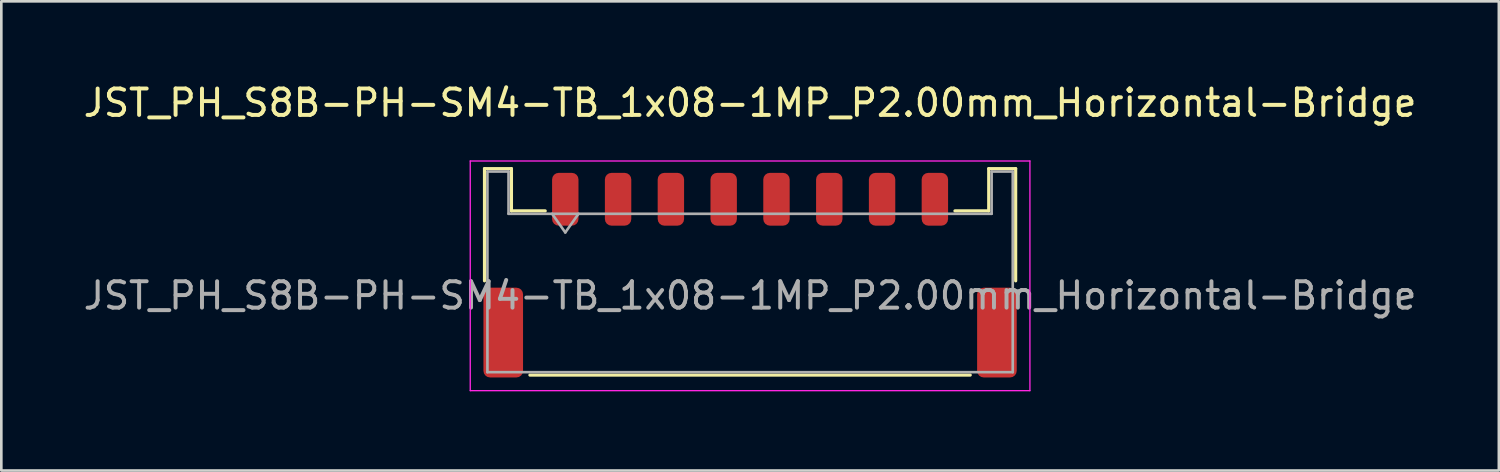
<source format=kicad_pcb>
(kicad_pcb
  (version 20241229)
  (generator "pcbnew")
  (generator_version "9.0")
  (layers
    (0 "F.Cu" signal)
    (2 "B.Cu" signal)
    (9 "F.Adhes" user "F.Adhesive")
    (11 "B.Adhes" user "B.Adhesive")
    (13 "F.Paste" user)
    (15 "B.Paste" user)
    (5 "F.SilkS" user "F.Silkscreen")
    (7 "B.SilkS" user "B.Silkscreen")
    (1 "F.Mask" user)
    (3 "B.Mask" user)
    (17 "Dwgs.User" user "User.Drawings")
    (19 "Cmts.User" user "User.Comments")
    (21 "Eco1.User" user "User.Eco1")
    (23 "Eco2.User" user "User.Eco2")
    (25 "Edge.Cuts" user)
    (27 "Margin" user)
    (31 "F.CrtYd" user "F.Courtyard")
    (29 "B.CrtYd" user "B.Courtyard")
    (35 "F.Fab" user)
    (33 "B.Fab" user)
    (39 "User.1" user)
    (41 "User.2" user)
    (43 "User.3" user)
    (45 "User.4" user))
  (footprint "JST_PH_S8B-PH-SM4-TB_1x08-1MP_P2.00mm_Horizontal-Bridge"
    (layer "F.Cu")
    (at 25.363 7.398)
    (property "Reference" "JST_PH_S8B-PH-SM4-TB_1x08-1MP_P2.00mm_Horizontal-Bridge" (at 0 -6.55 0) (layer "F.SilkS") (effects (font (size 1 1) (thickness 0.15))))
    (attr smd)
    (fp_line (start -10.06 -4.06) (end -9.04 -4.06) (stroke (width 0.12) (type solid)) (layer "F.SilkS"))
    (fp_line (start -10.06 0.19) (end -10.06 -4.06) (stroke (width 0.12) (type solid)) (layer "F.SilkS"))
    (fp_line (start -9.04 -4.06) (end -9.04 -2.46) (stroke (width 0.12) (type solid)) (layer "F.SilkS"))
    (fp_line (start -9.04 -2.46) (end -7.76 -2.46) (stroke (width 0.12) (type solid)) (layer "F.SilkS"))
    (fp_line (start -8.34 3.76) (end 8.34 3.76) (stroke (width 0.12) (type solid)) (layer "F.SilkS"))
    (fp_line (start 9.04 -4.06) (end 9.04 -2.46) (stroke (width 0.12) (type solid)) (layer "F.SilkS"))
    (fp_line (start 9.04 -2.46) (end 7.76 -2.46) (stroke (width 0.12) (type solid)) (layer "F.SilkS"))
    (fp_line (start 10.06 -4.06) (end 9.04 -4.06) (stroke (width 0.12) (type solid)) (layer "F.SilkS"))
    (fp_line (start 10.06 0.19) (end 10.06 -4.06) (stroke (width 0.12) (type solid)) (layer "F.SilkS"))
    (fp_line (start -10.6 -4.35) (end -10.6 4.35) (stroke (width 0.05) (type solid)) (layer "F.CrtYd"))
    (fp_line (start -10.6 4.35) (end 10.6 4.35) (stroke (width 0.05) (type solid)) (layer "F.CrtYd"))
    (fp_line (start 10.6 -4.35) (end -10.6 -4.35) (stroke (width 0.05) (type solid)) (layer "F.CrtYd"))
    (fp_line (start 10.6 4.35) (end 10.6 -4.35) (stroke (width 0.05) (type solid)) (layer "F.CrtYd"))
    (fp_line (start -9.95 -3.95) (end -9.95 3.65) (stroke (width 0.1) (type solid)) (layer "F.Fab"))
    (fp_line (start -9.95 -3.95) (end -9.15 -3.95) (stroke (width 0.1) (type solid)) (layer "F.Fab"))
    (fp_line (start -9.95 3.65) (end 9.95 3.65) (stroke (width 0.1) (type solid)) (layer "F.Fab"))
    (fp_line (start -9.15 -3.95) (end -9.15 -2.35) (stroke (width 0.1) (type solid)) (layer "F.Fab"))
    (fp_line (start -9.15 -2.35) (end 9.15 -2.35) (stroke (width 0.1) (type solid)) (layer "F.Fab"))
    (fp_line (start -7.5 -2.35) (end -7 -1.643) (stroke (width 0.1) (type solid)) (layer "F.Fab"))
    (fp_line (start -7 -1.643) (end -6.5 -2.35) (stroke (width 0.1) (type solid)) (layer "F.Fab"))
    (fp_line (start 9.15 -3.95) (end 9.95 -3.95) (stroke (width 0.1) (type solid)) (layer "F.Fab"))
    (fp_line (start 9.15 -2.35) (end 9.15 -3.95) (stroke (width 0.1) (type solid)) (layer "F.Fab"))
    (fp_line (start 9.95 -3.95) (end 9.95 3.65) (stroke (width 0.1) (type solid)) (layer "F.Fab"))
    (fp_text user "${REFERENCE}" (at 0 0.75 0) (layer "F.Fab") (effects (font (size 1 1) (thickness 0.15))))
    (pad "1" smd roundrect (at -7 -2.9) (size 1 2) (layers "F.Cu" "F.Mask" "F.Paste") (roundrect_rratio 0.25))
    (pad "2" smd roundrect (at -5 -2.9) (size 1 2) (layers "F.Cu" "F.Mask" "F.Paste") (roundrect_rratio 0.25))
    (pad "3" smd roundrect (at -3 -2.9) (size 1 2) (layers "F.Cu" "F.Mask" "F.Paste") (roundrect_rratio 0.25))
    (pad "4" smd roundrect (at -1 -2.9) (size 1 2) (layers "F.Cu" "F.Mask" "F.Paste") (roundrect_rratio 0.25))
    (pad "5" smd roundrect (at 1 -2.9) (size 1 2) (layers "F.Cu" "F.Mask" "F.Paste") (roundrect_rratio 0.25))
    (pad "6" smd roundrect (at 3 -2.9) (size 1 2) (layers "F.Cu" "F.Mask" "F.Paste") (roundrect_rratio 0.25))
    (pad "7" smd roundrect (at 5 -2.9) (size 1 2) (layers "F.Cu" "F.Mask" "F.Paste") (roundrect_rratio 0.25))
    (pad "8" smd roundrect (at 7 -2.9) (size 1 2) (layers "F.Cu" "F.Mask" "F.Paste") (roundrect_rratio 0.25))
    (pad "9" smd roundrect (at -9.35 2.15) (size 1.5 3.4) (layers "F.Cu" "F.Mask" "F.Paste") (roundrect_rratio 0.167))
    (pad "9" smd roundrect (at 9.35 2.15) (size 1.5 3.4) (layers "F.Cu" "F.Mask" "F.Paste") (roundrect_rratio 0.167)))
  (gr_rect
    (start -3 -3)
    (end 53.726 14.773)
    (stroke (width 0.1) (type default))
    (fill no)
    (layer "Edge.Cuts")))
</source>
